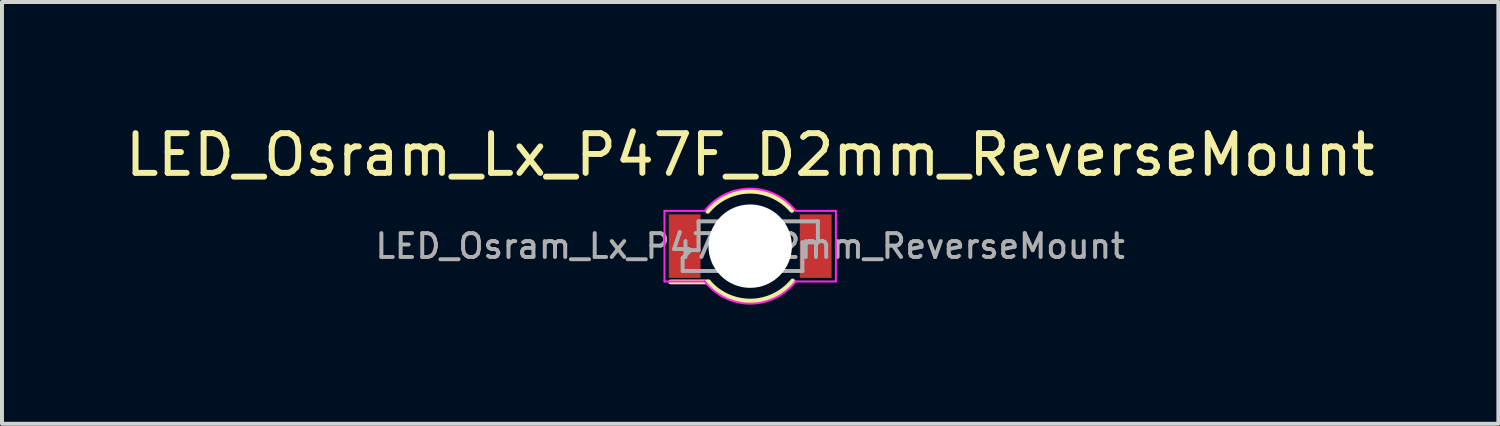
<source format=kicad_pcb>
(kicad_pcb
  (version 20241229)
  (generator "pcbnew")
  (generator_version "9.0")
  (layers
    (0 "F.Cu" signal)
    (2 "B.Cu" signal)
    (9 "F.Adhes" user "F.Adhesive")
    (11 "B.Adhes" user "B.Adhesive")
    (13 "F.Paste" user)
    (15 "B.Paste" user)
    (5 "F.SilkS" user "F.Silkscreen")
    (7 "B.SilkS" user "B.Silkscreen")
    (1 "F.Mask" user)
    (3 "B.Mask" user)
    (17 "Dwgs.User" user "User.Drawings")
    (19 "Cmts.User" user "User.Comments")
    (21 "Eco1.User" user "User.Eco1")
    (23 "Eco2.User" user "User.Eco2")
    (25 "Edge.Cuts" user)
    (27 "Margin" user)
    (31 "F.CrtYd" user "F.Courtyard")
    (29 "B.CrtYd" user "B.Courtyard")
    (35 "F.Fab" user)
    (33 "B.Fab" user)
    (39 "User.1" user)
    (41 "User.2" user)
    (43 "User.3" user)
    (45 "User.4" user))
  (footprint "LED_Osram_Lx_P47F_D2mm_ReverseMount"
    (layer "F.Cu")
    (at 15.839 3.148)
    (property "Reference" "LED_Osram_Lx_P47F_D2mm_ReverseMount" (at 0 -2.3 0) (layer "F.SilkS") (effects (font (size 1 1) (thickness 0.15))))
    (attr smd)
    (fp_line (start -2 0.9) (end -1.05 0.9) (stroke (width 0.12) (type solid)) (layer "F.SilkS"))
    (fp_arc (start -1.068658 -0.877765) (mid -0.014513 -1.382856) (end 1.05 -0.9) (stroke (width 0.12) (type solid)) (layer "F.SilkS"))
    (fp_arc (start 1.068658 0.877765) (mid 0.014513 1.382856) (end -1.05 0.9) (stroke (width 0.12) (type solid)) (layer "F.SilkS"))
    (fp_line (start -2.158 -0.889) (end -2.158 0.889) (stroke (width 0.05) (type solid)) (layer "F.CrtYd"))
    (fp_line (start -2.158 0.889) (end -1.142 0.889) (stroke (width 0.05) (type solid)) (layer "F.CrtYd"))
    (fp_line (start -1.142 -0.889) (end -2.158 -0.889) (stroke (width 0.05) (type solid)) (layer "F.CrtYd"))
    (fp_line (start 1.143 0.889) (end 2.159 0.889) (stroke (width 0.05) (type solid)) (layer "F.CrtYd"))
    (fp_line (start 2.159 -0.889) (end 1.143 -0.889) (stroke (width 0.05) (type solid)) (layer "F.CrtYd"))
    (fp_line (start 2.159 0.889) (end 2.159 -0.889) (stroke (width 0.05) (type solid)) (layer "F.CrtYd"))
    (fp_arc (start -1.142999 -0.889) (mid 0 -1.448022) (end 1.142999 -0.889) (stroke (width 0.05) (type solid)) (layer "F.CrtYd"))
    (fp_arc (start 1.142999 0.889) (mid 0.000499 1.447776) (end -1.142 0.889) (stroke (width 0.05) (type solid)) (layer "F.CrtYd"))
    (fp_line (start -1.7 0.3) (end -1.7 0.625) (stroke (width 0.1) (type solid)) (layer "F.Fab"))
    (fp_line (start -1.7 0.3) (end -1.5 0.1) (stroke (width 0.1) (type solid)) (layer "F.Fab"))
    (fp_line (start -1.5 0.1) (end -1.3 0.1) (stroke (width 0.1) (type solid)) (layer "F.Fab"))
    (fp_line (start -1.3 -0.625) (end -0.715 -0.625) (stroke (width 0.1) (type solid)) (layer "F.Fab"))
    (fp_line (start -1.3 0.1) (end -1.3 -0.625) (stroke (width 0.1) (type solid)) (layer "F.Fab"))
    (fp_line (start -0.715 0.625) (end -1.7 0.625) (stroke (width 0.1) (type solid)) (layer "F.Fab"))
    (fp_line (start 0.715 -0.625) (end 1.705 -0.625) (stroke (width 0.1) (type solid)) (layer "F.Fab"))
    (fp_line (start 0.715 0.625) (end 1.315 0.625) (stroke (width 0.1) (type solid)) (layer "F.Fab"))
    (fp_line (start 1.315 -0.095) (end 1.315 0.625) (stroke (width 0.1) (type solid)) (layer "F.Fab"))
    (fp_line (start 1.705 -0.625) (end 1.705 -0.095) (stroke (width 0.1) (type solid)) (layer "F.Fab"))
    (fp_line (start 1.705 -0.095) (end 1.315 -0.095) (stroke (width 0.1) (type solid)) (layer "F.Fab"))
    (fp_arc (start -0.714073 -0.626059) (mid 0.000704 -0.949658) (end 0.715 -0.625) (stroke (width 0.1) (type solid)) (layer "F.Fab"))
    (fp_arc (start 0.714073 0.626059) (mid -0.000704 0.949658) (end -0.715 0.625) (stroke (width 0.1) (type solid)) (layer "F.Fab"))
    (fp_text user "${REFERENCE}" (at 0 0 0) (layer "F.Fab") (effects (font (size 0.6 0.6) (thickness 0.1))))
    (pad "" smd rect (at -1.55 0.375) (size 0.6 0.8) (layers "F.Mask" "F.Paste"))
    (pad "" np_thru_hole circle (at 0 0) (size 2.1 2.1) (drill 2.1) (layers "*.Cu" "*.Mask"))
    (pad "" smd rect (at 1.55 -0.375) (size 0.6 0.8) (layers "F.Mask" "F.Paste"))
    (pad "1" smd rect (at -1.65 0) (size 0.8 1.6) (layers "F.Cu"))
    (pad "2" smd rect (at 1.65 0) (size 0.8 1.6) (layers "F.Cu")))
  (gr_rect
    (start -3 -3)
    (end 34.679 7.621)
    (stroke (width 0.1) (type default))
    (fill no)
    (layer "Edge.Cuts")))
</source>
